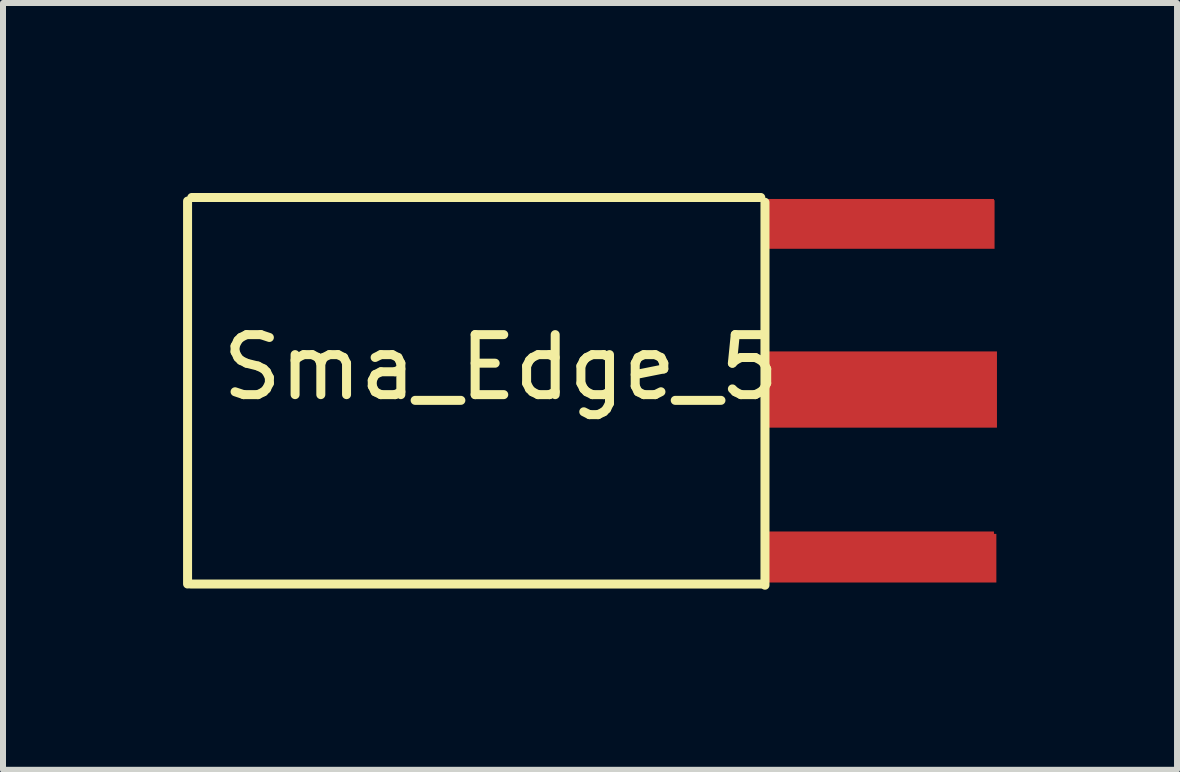
<source format=kicad_pcb>
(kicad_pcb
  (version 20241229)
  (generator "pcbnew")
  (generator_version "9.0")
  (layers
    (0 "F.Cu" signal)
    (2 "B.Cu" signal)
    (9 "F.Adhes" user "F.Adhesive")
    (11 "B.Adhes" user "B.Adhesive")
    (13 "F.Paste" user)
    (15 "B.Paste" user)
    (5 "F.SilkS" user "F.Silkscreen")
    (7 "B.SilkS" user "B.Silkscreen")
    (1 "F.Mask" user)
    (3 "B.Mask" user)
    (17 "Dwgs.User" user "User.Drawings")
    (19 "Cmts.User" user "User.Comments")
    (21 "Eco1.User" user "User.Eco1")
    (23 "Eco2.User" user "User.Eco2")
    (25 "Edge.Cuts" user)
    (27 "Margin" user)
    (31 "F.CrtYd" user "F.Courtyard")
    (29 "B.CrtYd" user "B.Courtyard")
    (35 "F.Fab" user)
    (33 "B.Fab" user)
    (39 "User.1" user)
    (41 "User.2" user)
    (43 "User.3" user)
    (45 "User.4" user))
  (footprint "Sma_Edge_5"
    (layer "F.Cu")
    (at 9.655 0.25)
    (property "Reference" "Sma_Edge_5" (at -4.36 2.82 0) (layer "F.SilkS") (effects (font (size 1 1) (thickness 0.15))))
    (attr through_hole)
    (fp_line (start -9.58 6.43) (end -9.58 0.05) (stroke (width 0.15) (type solid)) (layer "F.SilkS"))
    (fp_line (start -9.53 6.43) (end 0.02 6.43) (stroke (width 0.15) (type solid)) (layer "F.SilkS"))
    (fp_line (start -9.51 -0.01) (end -0.03 -0.01) (stroke (width 0.15) (type solid)) (layer "F.SilkS"))
    (fp_line (start 0.04 0.07) (end 0.04 6.45) (stroke (width 0.15) (type solid)) (layer "F.SilkS"))
    (pad "1" smd rect (at 2 3.19) (size 3.81 1.27) (layers "F.Cu" "F.Mask" "F.Paste"))
    (pad "2" smd rect (at 1.95 5.96) (size 3.81 0.81) (layers "F.Cu" "F.Mask" "F.Paste"))
    (pad "3" smd rect (at 1.95 0.42) (size 3.81 0.81) (layers "F.Cu" "F.Mask" "F.Paste"))
    (pad "4" smd rect (at 1.96 0.44) (size 3.81 0.81) (layers "F.Cu" "F.Mask" "F.Paste"))
    (pad "5" smd rect (at 1.99 6) (size 3.81 0.81) (layers "F.Cu" "F.Mask" "F.Paste")))
  (gr_rect
    (start -3 -3)
    (end 16.56 9.775)
    (stroke (width 0.1) (type default))
    (fill no)
    (layer "Edge.Cuts")))
</source>
